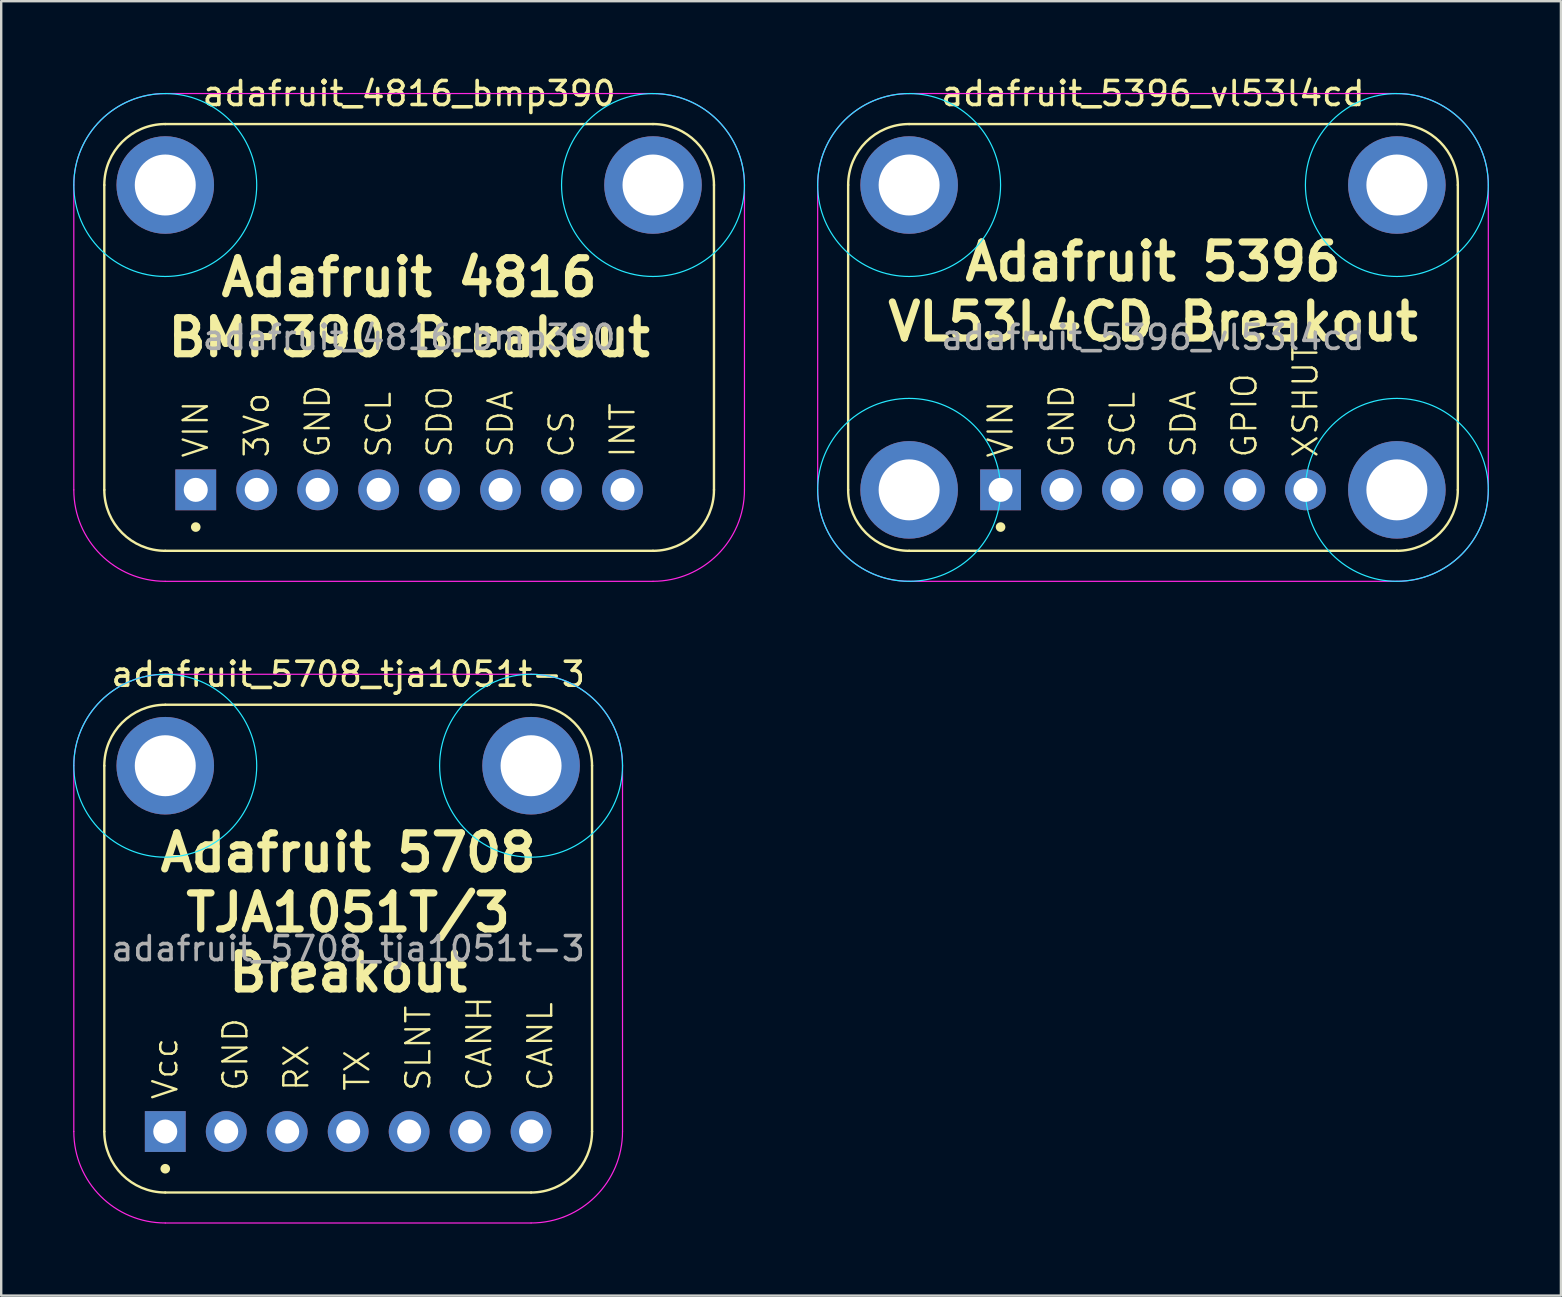
<source format=kicad_pcb>
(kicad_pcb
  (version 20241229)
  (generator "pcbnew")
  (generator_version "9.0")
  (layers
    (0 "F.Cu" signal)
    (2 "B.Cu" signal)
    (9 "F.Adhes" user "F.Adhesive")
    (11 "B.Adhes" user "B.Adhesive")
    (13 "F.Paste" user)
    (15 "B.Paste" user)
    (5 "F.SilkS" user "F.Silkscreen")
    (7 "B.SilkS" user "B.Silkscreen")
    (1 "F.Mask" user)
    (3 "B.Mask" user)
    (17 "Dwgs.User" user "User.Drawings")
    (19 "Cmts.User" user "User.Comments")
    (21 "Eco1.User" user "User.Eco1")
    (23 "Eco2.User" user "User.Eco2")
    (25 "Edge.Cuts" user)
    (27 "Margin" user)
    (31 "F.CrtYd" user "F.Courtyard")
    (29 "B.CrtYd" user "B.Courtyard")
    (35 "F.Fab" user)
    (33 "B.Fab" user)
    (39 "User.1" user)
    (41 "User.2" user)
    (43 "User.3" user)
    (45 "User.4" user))
  (footprint "adafruit_5396_vl53l4cd"
    (layer "F.Cu")
    (at 44.985 11.008)
    (property "Reference" "adafruit_5396_vl53l4cd" (at 0 -10.16 0) (unlocked yes) (layer "F.SilkS") (effects (font (size 1 1) (thickness 0.15))))
    (attr through_hole)
    (fp_line (start -12.7 -6.35) (end -12.7 6.35) (stroke (width 0.1) (type default)) (layer "F.SilkS"))
    (fp_line (start 10.16 -8.89) (end -10.16 -8.89) (stroke (width 0.1) (type default)) (layer "F.SilkS"))
    (fp_line (start 10.16 8.89) (end -10.16 8.89) (stroke (width 0.1) (type default)) (layer "F.SilkS"))
    (fp_line (start 12.7 -6.35) (end 12.7 6.35) (stroke (width 0.1) (type default)) (layer "F.SilkS"))
    (fp_arc (start -12.7 -6.35) (mid -11.956051 -8.146051) (end -10.16 -8.89) (stroke (width 0.1) (type default)) (layer "F.SilkS"))
    (fp_arc (start -10.16 8.89) (mid -11.956051 8.146051) (end -12.7 6.35) (stroke (width 0.1) (type default)) (layer "F.SilkS"))
    (fp_arc (start 10.16 -8.89) (mid 11.956051 -8.146051) (end 12.7 -6.35) (stroke (width 0.1) (type default)) (layer "F.SilkS"))
    (fp_arc (start 12.7 6.35) (mid 11.956051 8.146051) (end 10.16 8.89) (stroke (width 0.1) (type default)) (layer "F.SilkS"))
    (fp_circle (center -6.35 7.9) (end -6.15 7.9) (stroke (width 0) (type solid)) (fill yes) (layer "F.SilkS"))
    (fp_circle (center -10.16 6.35) (end -12.854 9.044) (stroke (width 0.05) (type default)) (fill no) (layer "B.CrtYd"))
    (fp_circle (center -10.16 -6.35) (end -12.854 -9.044) (stroke (width 0.05) (type default)) (fill no) (layer "B.CrtYd"))
    (fp_circle (center 10.16 -6.35) (end 12.854 -9.044) (stroke (width 0.05) (type default)) (fill no) (layer "B.CrtYd"))
    (fp_circle (center 10.16 6.35) (end 12.854 9.044) (stroke (width 0.05) (type default)) (fill no) (layer "B.CrtYd"))
    (fp_line (start -13.97 -6.35) (end -13.97 6.35) (stroke (width 0.05) (type default)) (layer "F.CrtYd"))
    (fp_line (start -10.16 -10.16) (end 10.16 -10.16) (stroke (width 0.05) (type default)) (layer "F.CrtYd"))
    (fp_line (start 10.16 10.16) (end -10.16 10.16) (stroke (width 0.05) (type default)) (layer "F.CrtYd"))
    (fp_line (start 13.97 -6.35) (end 13.97 6.35) (stroke (width 0.05) (type default)) (layer "F.CrtYd"))
    (fp_arc (start -13.97 -6.35) (mid -12.854077 -9.044077) (end -10.16 -10.16) (stroke (width 0.05) (type default)) (layer "F.CrtYd"))
    (fp_arc (start -10.16 10.16) (mid -12.854077 9.044077) (end -13.97 6.35) (stroke (width 0.05) (type default)) (layer "F.CrtYd"))
    (fp_arc (start 10.16 -10.16) (mid 12.854077 -9.044077) (end 13.97 -6.35) (stroke (width 0.05) (type default)) (layer "F.CrtYd"))
    (fp_arc (start 13.97 6.35) (mid 12.854077 9.044077) (end 10.16 10.16) (stroke (width 0.05) (type default)) (layer "F.CrtYd"))
    (fp_text user "XSHUT" (at 6.35 5.08 90) (unlocked yes) (layer "F.SilkS") (effects (font (size 1 1) (thickness 0.1)) (justify left)))
    (fp_text user "VIN" (at -6.35 5.08 90) (unlocked yes) (layer "F.SilkS") (effects (font (size 1 1) (thickness 0.1)) (justify left)))
    (fp_text user "GND" (at -3.81 5.08 90) (unlocked yes) (layer "F.SilkS") (effects (font (size 1 1) (thickness 0.1)) (justify left)))
    (fp_text user "GPIO" (at 3.81 5.08 90) (unlocked yes) (layer "F.SilkS") (effects (font (size 1 1) (thickness 0.1)) (justify left)))
    (fp_text user "SCL" (at -1.27 5.08 90) (unlocked yes) (layer "F.SilkS") (effects (font (size 1 1) (thickness 0.1)) (justify left)))
    (fp_text user "VL53L4CD Breakout" (at 0 -0.655 0) (unlocked yes) (layer "F.SilkS") (effects (font (size 1.5 1.5) (thickness 0.3) (bold yes))))
    (fp_text user "Adafruit 5396" (at 0 -3.155 0) (unlocked yes) (layer "F.SilkS") (effects (font (size 1.5 1.5) (thickness 0.3) (bold yes))))
    (fp_text user "SDA" (at 1.27 5.08 90) (unlocked yes) (layer "F.SilkS") (effects (font (size 1 1) (thickness 0.1)) (justify left)))
    (fp_text user "${REFERENCE}" (at 0 0 0) (unlocked yes) (layer "F.Fab") (effects (font (size 1 1) (thickness 0.15))))
    (pad "#2" thru_hole oval (at -10.16 -6.35 90) (size 4.064 4.064) (drill 2.54) (layers "*.Cu" "*.Mask"))
    (pad "#2" thru_hole oval (at -10.16 6.35 90) (size 4.064 4.064) (drill 2.54) (layers "*.Cu" "*.Mask"))
    (pad "#2" thru_hole oval (at 10.16 -6.35 90) (size 4.064 4.064) (drill 2.54) (layers "*.Cu" "*.Mask"))
    (pad "#2" thru_hole oval (at 10.16 6.35 90) (size 4.064 4.064) (drill 2.54) (layers "*.Cu" "*.Mask"))
    (pad "1" thru_hole rect (at -6.35 6.35 90) (size 1.7 1.7) (drill 1) (layers "*.Cu" "*.Mask"))
    (pad "2" thru_hole oval (at -3.81 6.35 90) (size 1.7 1.7) (drill 1) (layers "*.Cu" "*.Mask"))
    (pad "3" thru_hole oval (at -1.27 6.35 90) (size 1.7 1.7) (drill 1) (layers "*.Cu" "*.Mask"))
    (pad "4" thru_hole oval (at 1.27 6.35 90) (size 1.7 1.7) (drill 1) (layers "*.Cu" "*.Mask"))
    (pad "5" thru_hole oval (at 3.81 6.35 90) (size 1.7 1.7) (drill 1) (layers "*.Cu" "*.Mask"))
    (pad "6" thru_hole oval (at 6.35 6.35 90) (size 1.7 1.7) (drill 1) (layers "*.Cu" "*.Mask")))
  (footprint "adafruit_5708_tja1051t-3"
    (layer "F.Cu")
    (at 11.455 36.471)
    (property "Reference" "adafruit_5708_tja1051t-3" (at 0 -11.43 0) (unlocked yes) (layer "F.SilkS") (effects (font (size 1 1) (thickness 0.15))))
    (attr through_hole)
    (fp_line (start -10.16 7.62) (end -10.16 -7.62) (stroke (width 0.1) (type default)) (layer "F.SilkS"))
    (fp_line (start -7.62 -10.16) (end 7.62 -10.16) (stroke (width 0.1) (type default)) (layer "F.SilkS"))
    (fp_line (start 7.62 10.16) (end -7.62 10.16) (stroke (width 0.1) (type default)) (layer "F.SilkS"))
    (fp_line (start 10.16 -7.62) (end 10.16 7.62) (stroke (width 0.1) (type default)) (layer "F.SilkS"))
    (fp_arc (start -10.16 -7.62) (mid -9.416051 -9.416051) (end -7.62 -10.16) (stroke (width 0.1) (type default)) (layer "F.SilkS"))
    (fp_arc (start -7.62 10.16) (mid -9.416051 9.416051) (end -10.16 7.62) (stroke (width 0.1) (type default)) (layer "F.SilkS"))
    (fp_arc (start 7.62 -10.16) (mid 9.416051 -9.416051) (end 10.16 -7.62) (stroke (width 0.1) (type default)) (layer "F.SilkS"))
    (fp_arc (start 10.16 7.62) (mid 9.416051 9.416051) (end 7.62 10.16) (stroke (width 0.1) (type default)) (layer "F.SilkS"))
    (fp_circle (center -7.62 9.17) (end -7.42 9.17) (stroke (width 0) (type solid)) (fill yes) (layer "F.SilkS"))
    (fp_circle (center -7.62 -7.62) (end -10.314 -10.314) (stroke (width 0.05) (type default)) (fill no) (layer "B.CrtYd"))
    (fp_circle (center 7.62 -7.62) (end 10.314 -10.314) (stroke (width 0.05) (type default)) (fill no) (layer "B.CrtYd"))
    (fp_line (start -11.43 7.62) (end -11.43 -7.62) (stroke (width 0.05) (type default)) (layer "F.CrtYd"))
    (fp_line (start -7.62 -11.43) (end 7.62 -11.43) (stroke (width 0.05) (type default)) (layer "F.CrtYd"))
    (fp_line (start 7.62 11.43) (end -7.62 11.43) (stroke (width 0.05) (type default)) (layer "F.CrtYd"))
    (fp_line (start 11.43 -7.62) (end 11.43 7.62) (stroke (width 0.05) (type default)) (layer "F.CrtYd"))
    (fp_arc (start -11.43 -7.62) (mid -10.314077 -10.314077) (end -7.62 -11.43) (stroke (width 0.05) (type default)) (layer "F.CrtYd"))
    (fp_arc (start -7.62 11.43) (mid -10.314077 10.314077) (end -11.43 7.62) (stroke (width 0.05) (type default)) (layer "F.CrtYd"))
    (fp_arc (start 7.62 -11.43) (mid 10.314077 -10.314077) (end 11.43 -7.62) (stroke (width 0.05) (type default)) (layer "F.CrtYd"))
    (fp_arc (start 11.43 7.62) (mid 10.314077 10.314077) (end 7.62 11.43) (stroke (width 0.05) (type default)) (layer "F.CrtYd"))
    (fp_text user "Breakout" (at 0 1 0) (unlocked yes) (layer "F.SilkS") (effects (font (size 1.5 1.5) (thickness 0.3) (bold yes))))
    (fp_text user "SLNT" (at 2.92 6 90) (unlocked yes) (layer "F.SilkS") (effects (font (size 1 1) (thickness 0.1)) (justify left)))
    (fp_text user "Vcc" (at -7.62 6.35 90) (unlocked yes) (layer "F.SilkS") (effects (font (size 1 1) (thickness 0.1)) (justify left)))
    (fp_text user "Adafruit 5708" (at 0 -4 0) (unlocked yes) (layer "F.SilkS") (effects (font (size 1.5 1.5) (thickness 0.3) (bold yes))))
    (fp_text user "CANH" (at 5.46 6 90) (unlocked yes) (layer "F.SilkS") (effects (font (size 1 1) (thickness 0.1)) (justify left)))
    (fp_text user "GND" (at -4.7 6 90) (unlocked yes) (layer "F.SilkS") (effects (font (size 1 1) (thickness 0.1)) (justify left)))
    (fp_text user "CANL" (at 8 6 90) (unlocked yes) (layer "F.SilkS") (effects (font (size 1 1) (thickness 0.1)) (justify left)))
    (fp_text user "TJA1051T/3" (at 0 -1.5 0) (unlocked yes) (layer "F.SilkS") (effects (font (size 1.5 1.5) (thickness 0.3) (bold yes))))
    (fp_text user "TX" (at 0.38 6 90) (unlocked yes) (layer "F.SilkS") (effects (font (size 1 1) (thickness 0.1)) (justify left)))
    (fp_text user "RX" (at -2.16 6 90) (unlocked yes) (layer "F.SilkS") (effects (font (size 1 1) (thickness 0.1)) (justify left)))
    (fp_text user "${REFERENCE}" (at 0 0 0) (unlocked yes) (layer "F.Fab") (effects (font (size 1 1) (thickness 0.15))))
    (pad "#2" thru_hole oval (at -7.62 -7.62 90) (size 4.064 4.064) (drill 2.54) (layers "*.Cu" "*.Mask"))
    (pad "#2" thru_hole oval (at 7.62 -7.62 90) (size 4.064 4.064) (drill 2.54) (layers "*.Cu" "*.Mask"))
    (pad "1" thru_hole rect (at -7.62 7.62 90) (size 1.7 1.7) (drill 1) (layers "*.Cu" "*.Mask"))
    (pad "2" thru_hole oval (at -5.08 7.62 90) (size 1.7 1.7) (drill 1) (layers "*.Cu" "*.Mask"))
    (pad "3" thru_hole oval (at -2.54 7.62 90) (size 1.7 1.7) (drill 1) (layers "*.Cu" "*.Mask"))
    (pad "4" thru_hole oval (at 0 7.62 90) (size 1.7 1.7) (drill 1) (layers "*.Cu" "*.Mask"))
    (pad "5" thru_hole oval (at 2.54 7.62 90) (size 1.7 1.7) (drill 1) (layers "*.Cu" "*.Mask"))
    (pad "6" thru_hole oval (at 5.08 7.62 90) (size 1.7 1.7) (drill 1) (layers "*.Cu" "*.Mask"))
    (pad "7" thru_hole oval (at 7.62 7.62 90) (size 1.7 1.7) (drill 1) (layers "*.Cu" "*.Mask")))
  (footprint "adafruit_4816_bmp390"
    (layer "F.Cu")
    (at 13.995 11.008)
    (property "Reference" "adafruit_4816_bmp390" (at 0 -10.16 0) (unlocked yes) (layer "F.SilkS") (effects (font (size 1 1) (thickness 0.15))))
    (attr through_hole)
    (fp_line (start -12.7 -6.35) (end -12.7 6.35) (stroke (width 0.1) (type default)) (layer "F.SilkS"))
    (fp_line (start -10.16 -8.89) (end 10.16 -8.89) (stroke (width 0.1) (type default)) (layer "F.SilkS"))
    (fp_line (start -10.16 8.89) (end 10.16 8.89) (stroke (width 0.1) (type default)) (layer "F.SilkS"))
    (fp_line (start 12.7 6.35) (end 12.7 -6.35) (stroke (width 0.1) (type default)) (layer "F.SilkS"))
    (fp_arc (start -12.7 -6.35) (mid -11.956051 -8.146051) (end -10.16 -8.89) (stroke (width 0.1) (type default)) (layer "F.SilkS"))
    (fp_arc (start -10.16 8.89) (mid -11.956051 8.146051) (end -12.7 6.35) (stroke (width 0.1) (type default)) (layer "F.SilkS"))
    (fp_arc (start 10.16 -8.89) (mid 11.956051 -8.146051) (end 12.7 -6.35) (stroke (width 0.1) (type default)) (layer "F.SilkS"))
    (fp_arc (start 12.7 6.35) (mid 11.956051 8.146051) (end 10.16 8.89) (stroke (width 0.1) (type default)) (layer "F.SilkS"))
    (fp_circle (center -8.89 7.9) (end -8.69 7.9) (stroke (width 0) (type solid)) (fill yes) (layer "F.SilkS"))
    (fp_circle (center -10.16 -6.35) (end -12.854 -9.044) (stroke (width 0.05) (type default)) (fill no) (layer "B.CrtYd"))
    (fp_circle (center 10.16 -6.35) (end 12.854 -9.044) (stroke (width 0.05) (type default)) (fill no) (layer "B.CrtYd"))
    (fp_line (start -13.97 6.35) (end -13.97 -6.35) (stroke (width 0.05) (type default)) (layer "F.CrtYd"))
    (fp_line (start -10.16 -10.16) (end 10.16 -10.16) (stroke (width 0.05) (type default)) (layer "F.CrtYd"))
    (fp_line (start 10.16 10.16) (end -10.16 10.16) (stroke (width 0.05) (type default)) (layer "F.CrtYd"))
    (fp_line (start 13.97 -6.35) (end 13.97 6.35) (stroke (width 0.05) (type default)) (layer "F.CrtYd"))
    (fp_arc (start -13.97 -6.35) (mid -12.854077 -9.044077) (end -10.16 -10.16) (stroke (width 0.05) (type default)) (layer "F.CrtYd"))
    (fp_arc (start -10.16 10.16) (mid -12.854077 9.044077) (end -13.97 6.35) (stroke (width 0.05) (type default)) (layer "F.CrtYd"))
    (fp_arc (start 10.16 -10.16) (mid 12.854077 -9.044077) (end 13.97 -6.35) (stroke (width 0.05) (type default)) (layer "F.CrtYd"))
    (fp_arc (start 13.97 6.35) (mid 12.854077 9.044077) (end 10.16 10.16) (stroke (width 0.05) (type default)) (layer "F.CrtYd"))
    (fp_text user "3Vo" (at -6.35 5.08 90) (unlocked yes) (layer "F.SilkS") (effects (font (size 1 1) (thickness 0.1)) (justify left)))
    (fp_text user "SDA" (at 3.81 5.08 90) (unlocked yes) (layer "F.SilkS") (effects (font (size 1 1) (thickness 0.1)) (justify left)))
    (fp_text user "SDO" (at 1.27 5.08 90) (unlocked yes) (layer "F.SilkS") (effects (font (size 1 1) (thickness 0.1)) (justify left)))
    (fp_text user "BMP390 Breakout" (at 0 0 0) (unlocked yes) (layer "F.SilkS") (effects (font (size 1.5 1.5) (thickness 0.3) (bold yes))))
    (fp_text user "GND" (at -3.81 5.08 90) (unlocked yes) (layer "F.SilkS") (effects (font (size 1 1) (thickness 0.1)) (justify left)))
    (fp_text user "CS" (at 6.35 5.08 90) (unlocked yes) (layer "F.SilkS") (effects (font (size 1 1) (thickness 0.1)) (justify left)))
    (fp_text user "VIN" (at -8.89 5.08 90) (unlocked yes) (layer "F.SilkS") (effects (font (size 1 1) (thickness 0.1)) (justify left)))
    (fp_text user "SCL" (at -1.27 5.08 90) (unlocked yes) (layer "F.SilkS") (effects (font (size 1 1) (thickness 0.1)) (justify left)))
    (fp_text user "INT" (at 8.89 5.08 90) (unlocked yes) (layer "F.SilkS") (effects (font (size 1 1) (thickness 0.1)) (justify left)))
    (fp_text user "Adafruit 4816" (at 0 -2.5 0) (unlocked yes) (layer "F.SilkS") (effects (font (size 1.5 1.5) (thickness 0.3) (bold yes))))
    (fp_text user "${REFERENCE}" (at 0 0 0) (unlocked yes) (layer "F.Fab") (effects (font (size 1 1) (thickness 0.15))))
    (pad "#2" thru_hole oval (at -10.16 -6.35 90) (size 4.064 4.064) (drill 2.54) (layers "*.Cu" "*.Mask"))
    (pad "#2" thru_hole oval (at 10.16 -6.35 90) (size 4.064 4.064) (drill 2.54) (layers "*.Cu" "*.Mask"))
    (pad "1" thru_hole rect (at -8.89 6.35 90) (size 1.7 1.7) (drill 1) (layers "*.Cu" "*.Mask"))
    (pad "2" thru_hole oval (at -6.35 6.35 90) (size 1.7 1.7) (drill 1) (layers "*.Cu" "*.Mask"))
    (pad "3" thru_hole oval (at -3.81 6.35 90) (size 1.7 1.7) (drill 1) (layers "*.Cu" "*.Mask"))
    (pad "4" thru_hole oval (at -1.27 6.35 90) (size 1.7 1.7) (drill 1) (layers "*.Cu" "*.Mask"))
    (pad "5" thru_hole oval (at 1.27 6.35 90) (size 1.7 1.7) (drill 1) (layers "*.Cu" "*.Mask"))
    (pad "6" thru_hole oval (at 3.81 6.35 90) (size 1.7 1.7) (drill 1) (layers "*.Cu" "*.Mask"))
    (pad "7" thru_hole oval (at 6.35 6.35 90) (size 1.7 1.7) (drill 1) (layers "*.Cu" "*.Mask"))
    (pad "8" thru_hole oval (at 8.89 6.35 90) (size 1.7 1.7) (drill 1) (layers "*.Cu" "*.Mask")))
  (gr_rect
    (start -3 -3)
    (end 61.98 50.926)
    (stroke (width 0.1) (type default))
    (fill no)
    (layer "Edge.Cuts")))
</source>
